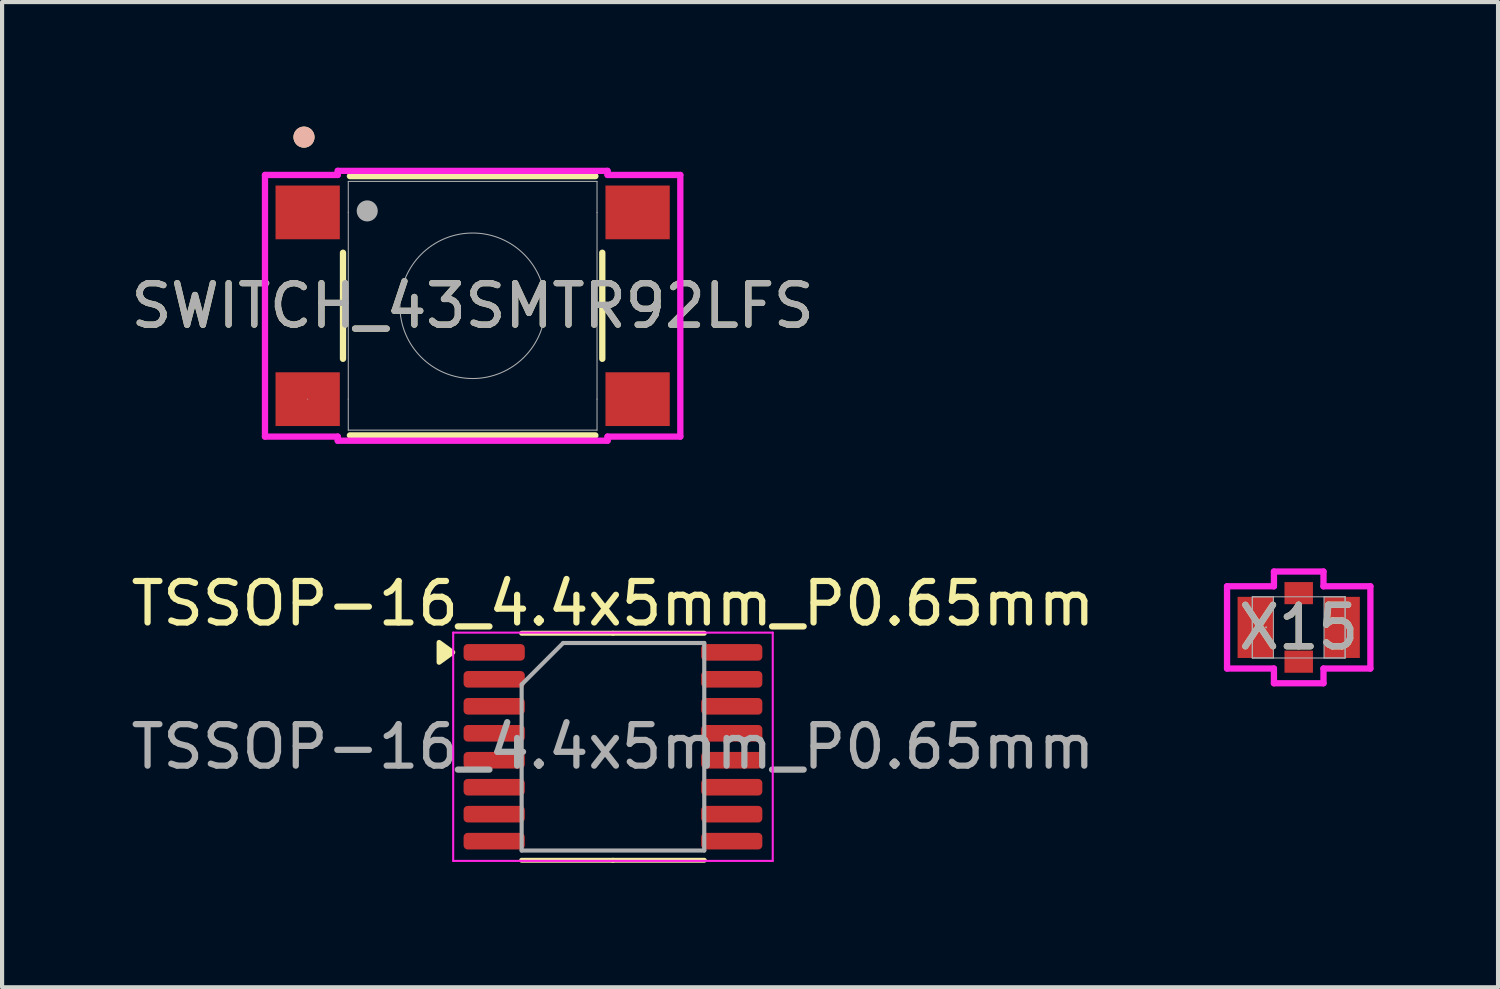
<source format=kicad_pcb>
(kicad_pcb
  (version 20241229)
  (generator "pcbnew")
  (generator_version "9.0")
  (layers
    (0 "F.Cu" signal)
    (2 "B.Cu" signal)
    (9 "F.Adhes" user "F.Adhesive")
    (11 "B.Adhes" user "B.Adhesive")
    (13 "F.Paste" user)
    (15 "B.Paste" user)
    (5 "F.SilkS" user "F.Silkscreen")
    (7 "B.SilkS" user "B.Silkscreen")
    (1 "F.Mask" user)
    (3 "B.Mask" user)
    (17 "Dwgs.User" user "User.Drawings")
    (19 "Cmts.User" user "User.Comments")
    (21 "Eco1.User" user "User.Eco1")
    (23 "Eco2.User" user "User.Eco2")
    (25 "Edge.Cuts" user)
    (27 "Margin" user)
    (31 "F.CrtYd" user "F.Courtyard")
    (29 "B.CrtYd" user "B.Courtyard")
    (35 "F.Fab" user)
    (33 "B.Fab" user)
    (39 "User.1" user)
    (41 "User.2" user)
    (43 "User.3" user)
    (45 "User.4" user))
  (footprint "SWITCH_43SMTR92LFS"
    (layer "F.Cu")
    (at 8.339 4.318)
    (property "Reference" "SWITCH_43SMTR92LFS" (at 0 0 0) (unlocked yes) (layer "F.SilkS") (effects (font (size 1 1) (thickness 0.15))))
    (attr smd)
    (fp_line (start -3.124 -1.278) (end -3.124 1.278) (stroke (width 0.152) (type solid)) (layer "F.SilkS"))
    (fp_line (start -2.957 3.124) (end 2.957 3.124) (stroke (width 0.152) (type solid)) (layer "F.SilkS"))
    (fp_line (start 2.957 -3.124) (end -2.957 -3.124) (stroke (width 0.152) (type solid)) (layer "F.SilkS"))
    (fp_line (start 3.124 1.278) (end 3.124 -1.278) (stroke (width 0.152) (type solid)) (layer "F.SilkS"))
    (fp_circle (center -4.064 -4.064) (end -3.937 -4.064) (stroke (width 0.254) (type solid)) (fill no) (layer "F.SilkS"))
    (fp_circle (center -4.064 -4.064) (end -3.937 -4.064) (stroke (width 0.254) (type solid)) (fill no) (layer "B.SilkS"))
    (fp_line (start -5.004 -3.152) (end -3.251 -3.152) (stroke (width 0.152) (type solid)) (layer "F.CrtYd"))
    (fp_line (start -5.004 3.152) (end -5.004 -3.152) (stroke (width 0.152) (type solid)) (layer "F.CrtYd"))
    (fp_line (start -5.004 3.152) (end -3.251 3.152) (stroke (width 0.152) (type solid)) (layer "F.CrtYd"))
    (fp_line (start -3.251 -3.251) (end 3.251 -3.251) (stroke (width 0.152) (type solid)) (layer "F.CrtYd"))
    (fp_line (start -3.251 -3.152) (end -3.251 -3.251) (stroke (width 0.152) (type solid)) (layer "F.CrtYd"))
    (fp_line (start -3.251 3.251) (end -3.251 3.152) (stroke (width 0.152) (type solid)) (layer "F.CrtYd"))
    (fp_line (start 3.251 -3.251) (end 3.251 -3.152) (stroke (width 0.152) (type solid)) (layer "F.CrtYd"))
    (fp_line (start 3.251 3.152) (end 3.251 3.251) (stroke (width 0.152) (type solid)) (layer "F.CrtYd"))
    (fp_line (start 3.251 3.251) (end -3.251 3.251) (stroke (width 0.152) (type solid)) (layer "F.CrtYd"))
    (fp_line (start 5.004 -3.152) (end 3.251 -3.152) (stroke (width 0.152) (type solid)) (layer "F.CrtYd"))
    (fp_line (start 5.004 -3.152) (end 5.004 3.152) (stroke (width 0.152) (type solid)) (layer "F.CrtYd"))
    (fp_line (start 5.004 3.152) (end 3.251 3.152) (stroke (width 0.152) (type solid)) (layer "F.CrtYd"))
    (fp_line (start -3.975 2.25) (end -3.975 2.25) (stroke (width 0.025) (type solid)) (layer "F.Fab"))
    (fp_line (start -2.997 -2.997) (end -2.997 2.997) (stroke (width 0.025) (type solid)) (layer "F.Fab"))
    (fp_line (start -2.997 -2.25) (end -2.997 -2.25) (stroke (width 0.025) (type solid)) (layer "F.Fab"))
    (fp_line (start -2.997 2.25) (end -2.997 2.25) (stroke (width 0.025) (type solid)) (layer "F.Fab"))
    (fp_line (start -2.997 2.997) (end 2.997 2.997) (stroke (width 0.025) (type solid)) (layer "F.Fab"))
    (fp_line (start 2.997 -2.997) (end -2.997 -2.997) (stroke (width 0.025) (type solid)) (layer "F.Fab"))
    (fp_line (start 2.997 -2.25) (end 2.997 -2.25) (stroke (width 0.025) (type solid)) (layer "F.Fab"))
    (fp_line (start 2.997 2.25) (end 2.997 2.25) (stroke (width 0.025) (type solid)) (layer "F.Fab"))
    (fp_line (start 2.997 2.997) (end 2.997 -2.997) (stroke (width 0.025) (type solid)) (layer "F.Fab"))
    (fp_circle (center -2.54 -2.286) (end -2.413 -2.286) (stroke (width 0.254) (type solid)) (fill no) (layer "F.Fab"))
    (fp_circle (center 0 0) (end 1.753 0) (stroke (width 0.025) (type solid)) (fill no) (layer "F.Fab"))
    (fp_text user "${REFERENCE}" (at 0 0 0) (unlocked yes) (layer "F.Fab") (effects (font (size 1 1) (thickness 0.15))))
    (pad "1" smd rect (at -3.975 -2.25) (size 1.549 1.295) (layers "F.Cu" "F.Mask" "F.Paste"))
    (pad "2" smd rect (at 3.975 -2.25) (size 1.549 1.295) (layers "F.Cu" "F.Mask" "F.Paste"))
    (pad "3" smd rect (at -3.975 2.25) (size 1.549 1.295) (layers "F.Cu" "F.Mask" "F.Paste"))
    (pad "4" smd rect (at 3.975 2.25) (size 1.549 1.295) (layers "F.Cu" "F.Mask" "F.Paste")))
  (footprint "X15"
    (layer "F.Cu")
    (at 28.244 12.068)
    (property "Reference" "X15" (at 0 0 0) (unlocked yes) (layer "F.SilkS") (effects (font (size 1 1) (thickness 0.15))))
    (attr smd)
    (fp_line (start -1.727 -0.991) (end -0.597 -0.991) (stroke (width 0.152) (type solid)) (layer "F.CrtYd"))
    (fp_line (start -1.727 0.991) (end -1.727 -0.991) (stroke (width 0.152) (type solid)) (layer "F.CrtYd"))
    (fp_line (start -1.727 0.991) (end -0.597 0.991) (stroke (width 0.152) (type solid)) (layer "F.CrtYd"))
    (fp_line (start -0.597 -1.346) (end 0.597 -1.346) (stroke (width 0.152) (type solid)) (layer "F.CrtYd"))
    (fp_line (start -0.597 -0.991) (end -0.597 -1.346) (stroke (width 0.152) (type solid)) (layer "F.CrtYd"))
    (fp_line (start -0.597 0.991) (end -0.597 1.346) (stroke (width 0.152) (type solid)) (layer "F.CrtYd"))
    (fp_line (start -0.597 1.346) (end 0.597 1.346) (stroke (width 0.152) (type solid)) (layer "F.CrtYd"))
    (fp_line (start 0.597 -0.991) (end 0.597 -1.346) (stroke (width 0.152) (type solid)) (layer "F.CrtYd"))
    (fp_line (start 0.597 0.991) (end 0.597 1.346) (stroke (width 0.152) (type solid)) (layer "F.CrtYd"))
    (fp_line (start 1.727 -0.991) (end 0.597 -0.991) (stroke (width 0.152) (type solid)) (layer "F.CrtYd"))
    (fp_line (start 1.727 0.991) (end 0.597 0.991) (stroke (width 0.152) (type solid)) (layer "F.CrtYd"))
    (fp_line (start 1.727 0.991) (end 1.727 -0.991) (stroke (width 0.152) (type solid)) (layer "F.CrtYd"))
    (fp_line (start -1.118 -0.737) (end -1.118 0.737) (stroke (width 0.025) (type solid)) (layer "F.Fab"))
    (fp_line (start -1.118 -0.737) (end -1.118 0.737) (stroke (width 0.025) (type solid)) (layer "F.Fab"))
    (fp_line (start -1.118 0.737) (end -0.61 0.737) (stroke (width 0.025) (type solid)) (layer "F.Fab"))
    (fp_line (start -1.118 0.737) (end 1.118 0.737) (stroke (width 0.025) (type solid)) (layer "F.Fab"))
    (fp_line (start -0.61 -0.737) (end -1.118 -0.737) (stroke (width 0.025) (type solid)) (layer "F.Fab"))
    (fp_line (start -0.61 0.737) (end -0.61 -0.737) (stroke (width 0.025) (type solid)) (layer "F.Fab"))
    (fp_line (start 0.61 -0.737) (end 0.61 0.737) (stroke (width 0.025) (type solid)) (layer "F.Fab"))
    (fp_line (start 0.61 0.737) (end 1.118 0.737) (stroke (width 0.025) (type solid)) (layer "F.Fab"))
    (fp_line (start 1.118 -0.737) (end -1.118 -0.737) (stroke (width 0.025) (type solid)) (layer "F.Fab"))
    (fp_line (start 1.118 -0.737) (end 0.61 -0.737) (stroke (width 0.025) (type solid)) (layer "F.Fab"))
    (fp_line (start 1.118 0.737) (end 1.118 -0.737) (stroke (width 0.025) (type solid)) (layer "F.Fab"))
    (fp_line (start 1.118 0.737) (end 1.118 -0.737) (stroke (width 0.025) (type solid)) (layer "F.Fab"))
    (fp_circle (center -0.787 0) (end -0.787 0) (stroke (width 0.025) (type solid)) (fill no) (layer "F.Fab"))
    (fp_text user "${REFERENCE}" (at 0 0 0) (unlocked yes) (layer "F.Fab") (effects (font (size 1 1) (thickness 0.15))))
    (pad "1" smd rect (at -1.041 0) (size 0.864 1.473) (layers "F.Cu" "F.Mask" "F.Paste"))
    (pad "2" smd rect (at 1.041 0) (size 0.864 1.473) (layers "F.Cu" "F.Mask" "F.Paste"))
    (pad "3" smd rect (at 0 -0.826) (size 0.686 0.533) (layers "F.Cu" "F.Mask" "F.Paste"))
    (pad "4" smd rect (at 0 0.826) (size 0.686 0.533) (layers "F.Cu" "F.Mask" "F.Paste")))
  (footprint "TSSOP-16_4.4x5mm_P0.65mm"
    (layer "F.Cu")
    (at 11.72 14.944)
    (property "Reference" "TSSOP-16_4.4x5mm_P0.65mm" (at 0 -3.45 0) (layer "F.SilkS") (effects (font (size 1 1) (thickness 0.15))))
    (attr smd)
    (fp_line (start 0 -2.735) (end -2.2 -2.735) (stroke (width 0.12) (type solid)) (layer "F.SilkS"))
    (fp_line (start 0 -2.735) (end 2.2 -2.735) (stroke (width 0.12) (type solid)) (layer "F.SilkS"))
    (fp_line (start 0 2.735) (end -2.2 2.735) (stroke (width 0.12) (type solid)) (layer "F.SilkS"))
    (fp_line (start 0 2.735) (end 2.2 2.735) (stroke (width 0.12) (type solid)) (layer "F.SilkS"))
    (fp_poly (pts (xy -3.86 -2.275) (xy -4.19 -2.515) (xy -4.19 -2.035) (xy -3.86 -2.275)) (stroke (width 0.12) (type solid)) (fill yes) (layer "F.SilkS"))
    (fp_line (start -3.85 -2.75) (end -3.85 2.75) (stroke (width 0.05) (type solid)) (layer "F.CrtYd"))
    (fp_line (start -3.85 2.75) (end 3.85 2.75) (stroke (width 0.05) (type solid)) (layer "F.CrtYd"))
    (fp_line (start 3.85 -2.75) (end -3.85 -2.75) (stroke (width 0.05) (type solid)) (layer "F.CrtYd"))
    (fp_line (start 3.85 2.75) (end 3.85 -2.75) (stroke (width 0.05) (type solid)) (layer "F.CrtYd"))
    (fp_line (start -2.2 -1.5) (end -1.2 -2.5) (stroke (width 0.1) (type solid)) (layer "F.Fab"))
    (fp_line (start -2.2 2.5) (end -2.2 -1.5) (stroke (width 0.1) (type solid)) (layer "F.Fab"))
    (fp_line (start -1.2 -2.5) (end 2.2 -2.5) (stroke (width 0.1) (type solid)) (layer "F.Fab"))
    (fp_line (start 2.2 -2.5) (end 2.2 2.5) (stroke (width 0.1) (type solid)) (layer "F.Fab"))
    (fp_line (start 2.2 2.5) (end -2.2 2.5) (stroke (width 0.1) (type solid)) (layer "F.Fab"))
    (fp_text user "${REFERENCE}" (at 0 0 0) (layer "F.Fab") (effects (font (size 1 1) (thickness 0.15))))
    (pad "1" smd roundrect (at -2.862 -2.275) (size 1.475 0.4) (layers "F.Cu" "F.Mask" "F.Paste") (roundrect_rratio 0.25))
    (pad "2" smd roundrect (at -2.862 -1.625) (size 1.475 0.4) (layers "F.Cu" "F.Mask" "F.Paste") (roundrect_rratio 0.25))
    (pad "3" smd roundrect (at -2.862 -0.975) (size 1.475 0.4) (layers "F.Cu" "F.Mask" "F.Paste") (roundrect_rratio 0.25))
    (pad "4" smd roundrect (at -2.862 -0.325) (size 1.475 0.4) (layers "F.Cu" "F.Mask" "F.Paste") (roundrect_rratio 0.25))
    (pad "5" smd roundrect (at -2.862 0.325) (size 1.475 0.4) (layers "F.Cu" "F.Mask" "F.Paste") (roundrect_rratio 0.25))
    (pad "6" smd roundrect (at -2.862 0.975) (size 1.475 0.4) (layers "F.Cu" "F.Mask" "F.Paste") (roundrect_rratio 0.25))
    (pad "7" smd roundrect (at -2.862 1.625) (size 1.475 0.4) (layers "F.Cu" "F.Mask" "F.Paste") (roundrect_rratio 0.25))
    (pad "8" smd roundrect (at -2.862 2.275) (size 1.475 0.4) (layers "F.Cu" "F.Mask" "F.Paste") (roundrect_rratio 0.25))
    (pad "9" smd roundrect (at 2.862 2.275) (size 1.475 0.4) (layers "F.Cu" "F.Mask" "F.Paste") (roundrect_rratio 0.25))
    (pad "10" smd roundrect (at 2.862 1.625) (size 1.475 0.4) (layers "F.Cu" "F.Mask" "F.Paste") (roundrect_rratio 0.25))
    (pad "11" smd roundrect (at 2.862 0.975) (size 1.475 0.4) (layers "F.Cu" "F.Mask" "F.Paste") (roundrect_rratio 0.25))
    (pad "12" smd roundrect (at 2.862 0.325) (size 1.475 0.4) (layers "F.Cu" "F.Mask" "F.Paste") (roundrect_rratio 0.25))
    (pad "13" smd roundrect (at 2.862 -0.325) (size 1.475 0.4) (layers "F.Cu" "F.Mask" "F.Paste") (roundrect_rratio 0.25))
    (pad "14" smd roundrect (at 2.862 -0.975) (size 1.475 0.4) (layers "F.Cu" "F.Mask" "F.Paste") (roundrect_rratio 0.25))
    (pad "15" smd roundrect (at 2.862 -1.625) (size 1.475 0.4) (layers "F.Cu" "F.Mask" "F.Paste") (roundrect_rratio 0.25))
    (pad "16" smd roundrect (at 2.862 -2.275) (size 1.475 0.4) (layers "F.Cu" "F.Mask" "F.Paste") (roundrect_rratio 0.25)))
  (gr_rect
    (start -3 -3)
    (end 33.047 20.739)
    (stroke (width 0.1) (type default))
    (fill no)
    (layer "Edge.Cuts")))
</source>
